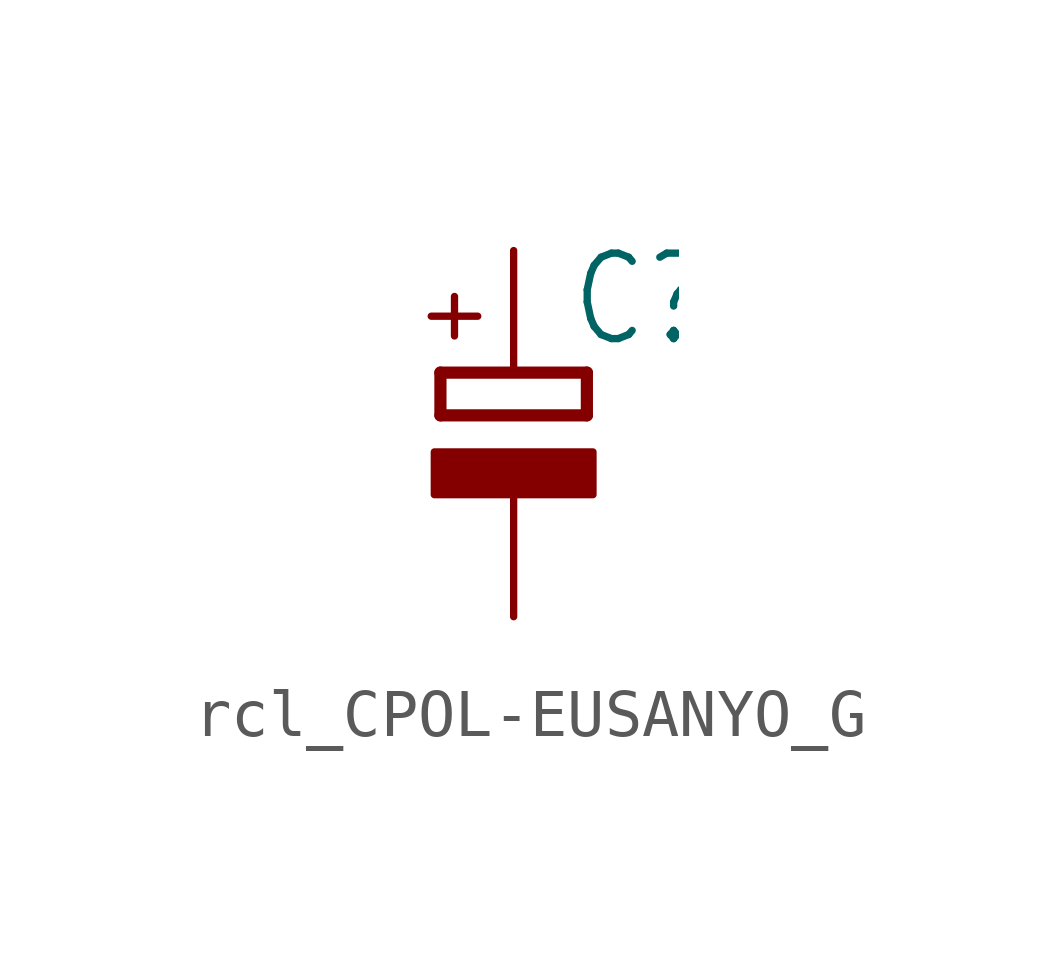
<source format=kicad_sym>
(kicad_symbol_lib
  (version 20231120)
  (generator "kicad_symbol_editor")
  (generator_version "8.0")
  (symbol "rcl_CPOL-EUSANYO_G"
    (property "Reference" "C"
      (at 1.143 0.483 0)
      (effects (font (size 1.778 1.511)) (justify left bottom)))
    (property "Value" ""
      (at 1.143 -4.597 0)
      (effects (font (size 1.778 1.511)) (justify left bottom)))
    (property "ki_locked" ""
      (at 0 0 0)
      (effects (font (size 1.27 1.27))))
    (symbol "rcl_CPOL-EUSANYO_G_1_0"
      (rectangle (start -1.651 -2.54) (end 1.651 -1.651) (stroke (width 0) (type default)) (fill (type outline)))
      (polyline (pts (xy -1.524 -0.889) (xy 1.524 -0.889)) (stroke (width 0.254) (type solid)) (fill (type none)))
      (polyline (pts (xy -1.524 0) (xy -1.524 -0.889)) (stroke (width 0.254) (type solid)) (fill (type none)))
      (polyline (pts (xy -1.524 0) (xy 1.524 0)) (stroke (width 0.254) (type solid)) (fill (type none)))
      (polyline (pts (xy 1.524 -0.889) (xy 1.524 0)) (stroke (width 0.254) (type solid)) (fill (type none)))
      (text "+" (at -0.584 0.406 900) (effects (font (size 1.27 1.079)) (justify left bottom)))
      (pin passive line (at 0 2.54 270) (length 2.54) (name "+" (effects (font (size 0 0)))) (number "+" (effects (font (size 0 0)))))
      (pin passive line (at 0 -5.08 90) (length 2.54) (name "-" (effects (font (size 0 0)))) (number "-" (effects (font (size 0 0))))))))
</source>
